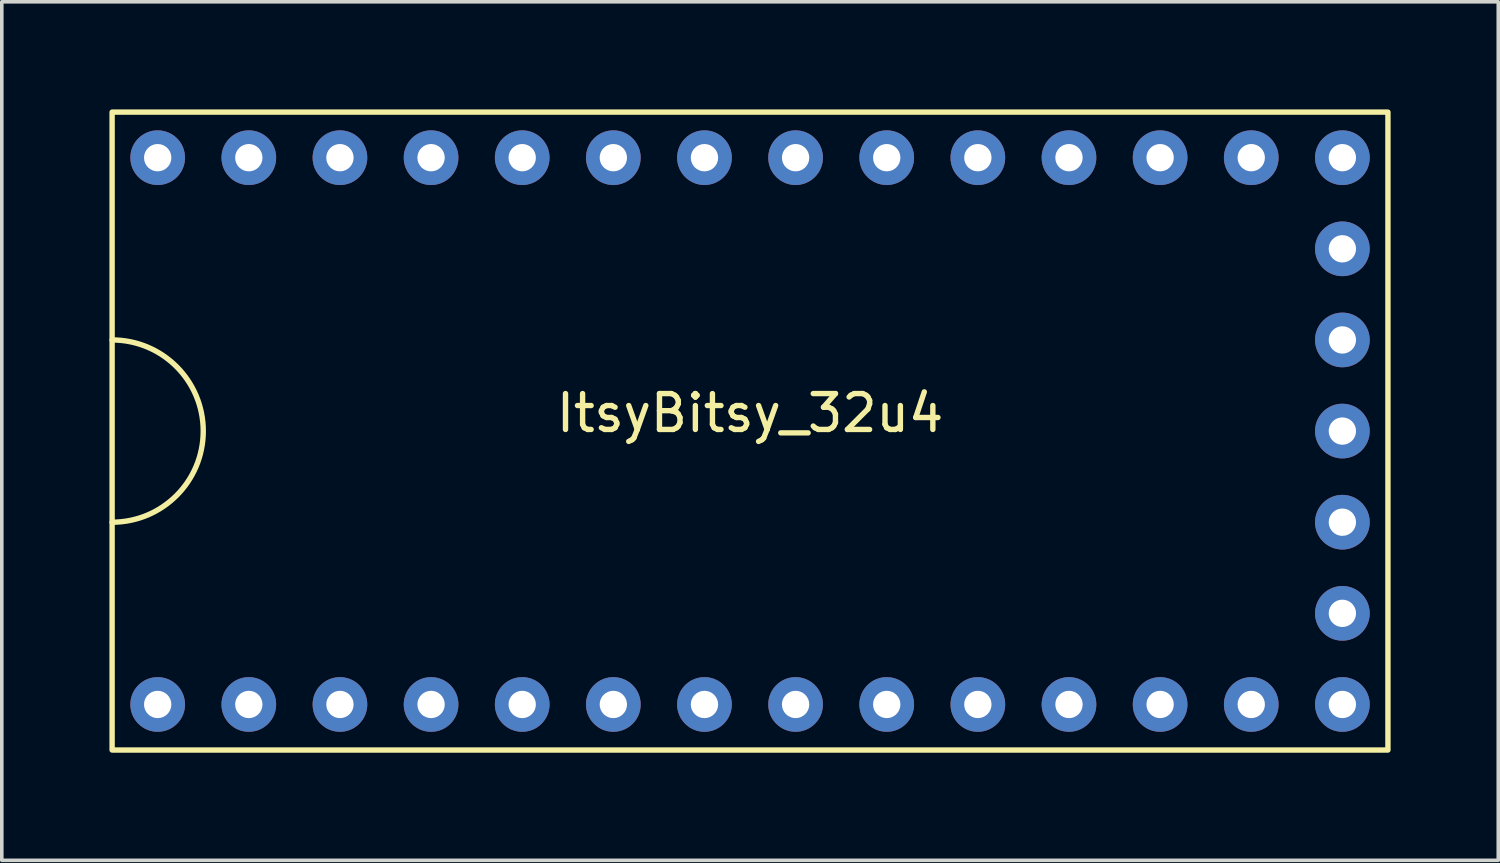
<source format=kicad_pcb>
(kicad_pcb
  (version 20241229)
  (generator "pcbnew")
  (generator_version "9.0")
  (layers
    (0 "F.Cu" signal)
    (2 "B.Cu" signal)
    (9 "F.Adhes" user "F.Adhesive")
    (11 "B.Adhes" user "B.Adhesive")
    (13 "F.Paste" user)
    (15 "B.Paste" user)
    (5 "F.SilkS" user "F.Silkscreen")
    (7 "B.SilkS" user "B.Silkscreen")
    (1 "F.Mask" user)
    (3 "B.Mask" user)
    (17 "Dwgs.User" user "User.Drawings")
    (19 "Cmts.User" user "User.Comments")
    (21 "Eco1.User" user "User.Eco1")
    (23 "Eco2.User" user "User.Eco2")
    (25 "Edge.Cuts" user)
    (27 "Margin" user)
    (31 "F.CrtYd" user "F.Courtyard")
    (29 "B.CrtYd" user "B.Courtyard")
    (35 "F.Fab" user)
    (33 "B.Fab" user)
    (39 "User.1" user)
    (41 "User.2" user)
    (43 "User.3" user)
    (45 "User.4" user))
  (footprint "ItsyBitsy_32u4"
    (layer "F.Cu")
    (at 17.855 8.965)
    (property "Reference" "ItsyBitsy_32u4" (at 0 -0.5 0) (unlocked yes) (layer "F.SilkS") (effects (font (size 1 1) (thickness 0.15))))
    (attr through_hole)
    (fp_rect (start -17.78 -8.89) (end 17.78 8.89) (stroke (width 0.15) (type solid)) (fill no) (layer "F.SilkS"))
    (fp_arc (start -17.78 -2.54) (mid -15.24 0) (end -17.78 2.54) (stroke (width 0.15) (type solid)) (layer "F.SilkS"))
    (pad "1" thru_hole circle (at -16.51 7.62) (size 1.524 1.524) (drill 0.762) (layers "*.Cu" "*.Mask"))
    (pad "2" thru_hole circle (at -13.97 7.62) (size 1.524 1.524) (drill 0.762) (layers "*.Cu" "*.Mask"))
    (pad "3" thru_hole circle (at -11.43 7.62) (size 1.524 1.524) (drill 0.762) (layers "*.Cu" "*.Mask"))
    (pad "4" thru_hole circle (at -8.89 7.62) (size 1.524 1.524) (drill 0.762) (layers "*.Cu" "*.Mask"))
    (pad "5" thru_hole circle (at -6.35 7.62) (size 1.524 1.524) (drill 0.762) (layers "*.Cu" "*.Mask"))
    (pad "6" thru_hole circle (at -3.81 7.62) (size 1.524 1.524) (drill 0.762) (layers "*.Cu" "*.Mask"))
    (pad "7" thru_hole circle (at -1.27 7.62) (size 1.524 1.524) (drill 0.762) (layers "*.Cu" "*.Mask"))
    (pad "8" thru_hole circle (at 1.27 7.62) (size 1.524 1.524) (drill 0.762) (layers "*.Cu" "*.Mask"))
    (pad "9" thru_hole circle (at 3.81 7.62) (size 1.524 1.524) (drill 0.762) (layers "*.Cu" "*.Mask"))
    (pad "10" thru_hole circle (at 6.35 7.62) (size 1.524 1.524) (drill 0.762) (layers "*.Cu" "*.Mask"))
    (pad "11" thru_hole circle (at 8.89 7.62) (size 1.524 1.524) (drill 0.762) (layers "*.Cu" "*.Mask"))
    (pad "12" thru_hole circle (at 11.43 7.62) (size 1.524 1.524) (drill 0.762) (layers "*.Cu" "*.Mask"))
    (pad "13" thru_hole circle (at 13.97 7.62) (size 1.524 1.524) (drill 0.762) (layers "*.Cu" "*.Mask"))
    (pad "14" thru_hole circle (at 16.51 7.62) (size 1.524 1.524) (drill 0.762) (layers "*.Cu" "*.Mask"))
    (pad "15" thru_hole circle (at 16.51 5.08) (size 1.524 1.524) (drill 0.762) (layers "*.Cu" "*.Mask"))
    (pad "16" thru_hole circle (at 16.51 2.54) (size 1.524 1.524) (drill 0.762) (layers "*.Cu" "*.Mask"))
    (pad "17" thru_hole circle (at 16.51 0) (size 1.524 1.524) (drill 0.762) (layers "*.Cu" "*.Mask"))
    (pad "18" thru_hole circle (at 16.51 -2.54) (size 1.524 1.524) (drill 0.762) (layers "*.Cu" "*.Mask"))
    (pad "19" thru_hole circle (at 16.51 -5.08) (size 1.524 1.524) (drill 0.762) (layers "*.Cu" "*.Mask"))
    (pad "20" thru_hole circle (at 16.51 -7.62) (size 1.524 1.524) (drill 0.762) (layers "*.Cu" "*.Mask"))
    (pad "21" thru_hole circle (at 13.97 -7.62) (size 1.524 1.524) (drill 0.762) (layers "*.Cu" "*.Mask"))
    (pad "22" thru_hole circle (at 11.43 -7.62) (size 1.524 1.524) (drill 0.762) (layers "*.Cu" "*.Mask"))
    (pad "23" thru_hole circle (at 8.89 -7.62) (size 1.524 1.524) (drill 0.762) (layers "*.Cu" "*.Mask"))
    (pad "24" thru_hole circle (at 6.35 -7.62) (size 1.524 1.524) (drill 0.762) (layers "*.Cu" "*.Mask"))
    (pad "25" thru_hole circle (at 3.81 -7.62) (size 1.524 1.524) (drill 0.762) (layers "*.Cu" "*.Mask"))
    (pad "26" thru_hole circle (at 1.27 -7.62) (size 1.524 1.524) (drill 0.762) (layers "*.Cu" "*.Mask"))
    (pad "27" thru_hole circle (at -1.27 -7.62) (size 1.524 1.524) (drill 0.762) (layers "*.Cu" "*.Mask"))
    (pad "28" thru_hole circle (at -3.81 -7.62) (size 1.524 1.524) (drill 0.762) (layers "*.Cu" "*.Mask"))
    (pad "29" thru_hole circle (at -6.35 -7.62) (size 1.524 1.524) (drill 0.762) (layers "*.Cu" "*.Mask"))
    (pad "30" thru_hole circle (at -8.89 -7.62) (size 1.524 1.524) (drill 0.762) (layers "*.Cu" "*.Mask"))
    (pad "31" thru_hole circle (at -11.43 -7.62) (size 1.524 1.524) (drill 0.762) (layers "*.Cu" "*.Mask"))
    (pad "32" thru_hole circle (at -13.97 -7.62) (size 1.524 1.524) (drill 0.762) (layers "*.Cu" "*.Mask"))
    (pad "33" thru_hole circle (at -16.51 -7.62) (size 1.524 1.524) (drill 0.762) (layers "*.Cu" "*.Mask")))
  (gr_rect
    (start -3 -3)
    (end 38.71 20.93)
    (stroke (width 0.1) (type default))
    (fill no)
    (layer "Edge.Cuts")))
</source>
